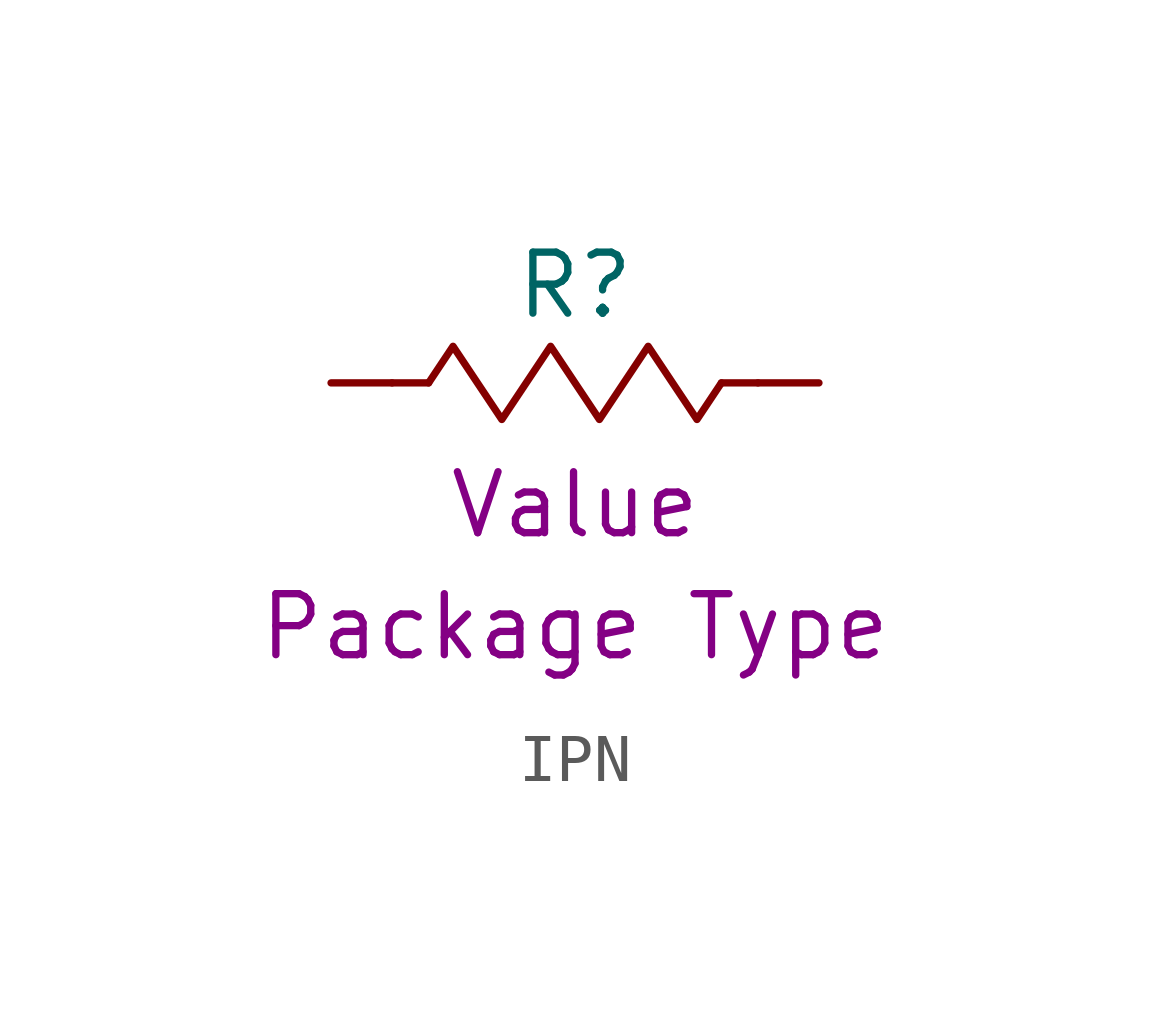
<source format=kicad_sym>
(kicad_symbol_lib
  (version 20211014)
  (generator kicad_symbol_editor)
  (symbol "IPN"
    (pin_numbers hide)
    (pin_names
      (offset 0) hide)
    (property "Reference" "R"
      (at 0 2.032 0)
      (effects (font (size 1.27 1.27))))
    (property "Resistance (Ohms)" "Value"
      (at 0 -2.54 0)
      (effects (font (size 1.27 1.27))))
    (property "Package Type" "Package Type"
      (at 0 -5.08 0)
      (effects (font (size 1.27 1.27))))
    (symbol "IPN_0_1"
      (rectangle (start -3.048 0) (end -3.81 0) (stroke (width 0) (type default) (color 0 0 0 0)) (fill (type none)))
      (polyline (pts (xy -3.048 0) (xy -2.54 0.762) (xy -2.032 0) (xy -1.524 -0.762) (xy -1.016 0) (xy -0.508 0.762) (xy 0 0) (xy 0.508 -0.762) (xy 1.016 0) (xy 1.524 0.762) (xy 2.032 0) (xy 2.54 -0.762) (xy 3.048 0)) (stroke (width 0) (type default) (color 0 0 0 0)) (fill (type none)))
      (rectangle (start 3.81 0) (end 3.048 0) (stroke (width 0) (type default) (color 0 0 0 0)) (fill (type none))))
    (symbol "IPN_1_1"
      (pin passive line (at -5.08 0 0) (length 1.27) (name "1" (effects (font (size 1.27 1.27)))) (number "1" (effects (font (size 1.27 1.27)))))
      (pin passive line (at 5.08 0 180) (length 1.27) (name "2" (effects (font (size 1.27 1.27)))) (number "2" (effects (font (size 1.27 1.27))))))))
</source>
